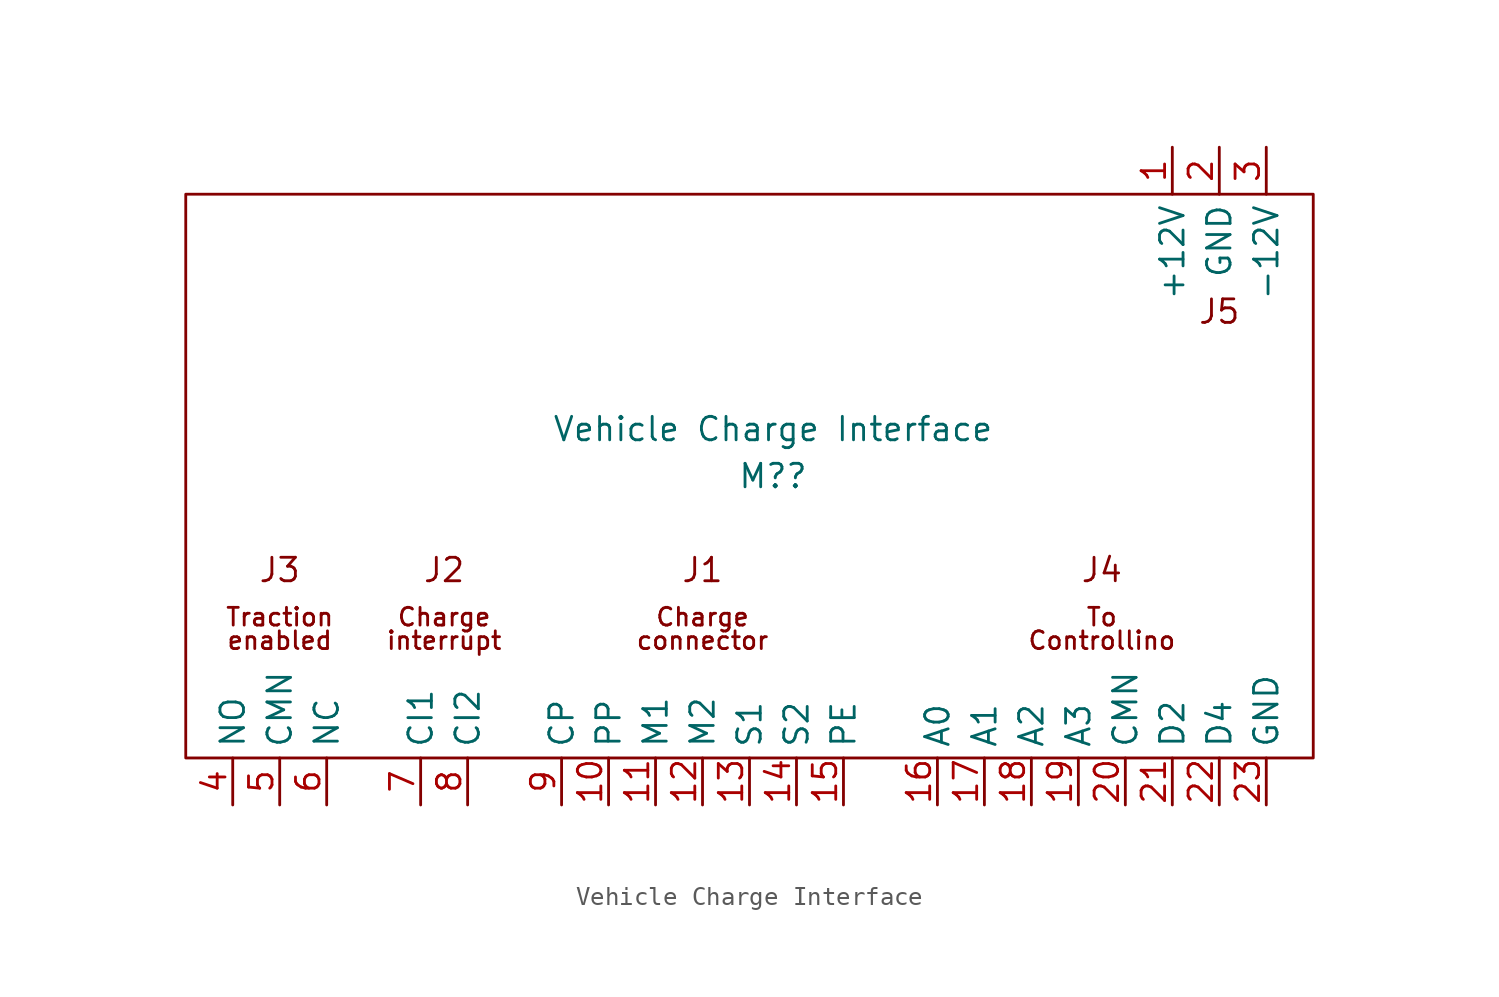
<source format=kicad_sym>
(kicad_symbol_lib
  (version 20211014)
  (generator kicad_symbol_editor)
  (symbol "Vehicle Charge Interface"
    (property "Reference" "M?"
      (at 0 -1.27 0)
      (effects (font (size 1.27 1.27))))
    (property "Value" "Vehicle Charge Interface"
      (at 0 1.27 0)
      (effects (font (size 1.27 1.27))))
    (symbol "Vehicle Charge Interface_0_0"
      (text "Charge" (at -17.78 -8.89 0) (effects (font (size 0.96 0.96))))
      (text "Charge" (at -3.81 -8.89 0) (effects (font (size 0.96 0.96))))
      (text "connector" (at -3.81 -10.16 0) (effects (font (size 0.96 0.96))))
      (text "Controllino" (at 17.78 -10.16 0) (effects (font (size 0.96 0.96))))
      (text "enabled" (at -26.67 -10.16 0) (effects (font (size 0.96 0.96))))
      (text "interrupt" (at -17.78 -10.16 0) (effects (font (size 0.96 0.96))))
      (text "J1" (at -3.81 -6.35 0) (effects (font (size 1.27 1.27))))
      (text "J2" (at -17.78 -6.35 0) (effects (font (size 1.27 1.27))))
      (text "J3" (at -26.67 -6.35 0) (effects (font (size 1.27 1.27))))
      (text "J4" (at 17.78 -6.35 0) (effects (font (size 1.27 1.27))))
      (text "J5" (at 24.13 7.62 0) (effects (font (size 1.27 1.27))))
      (text "To" (at 17.78 -8.89 0) (effects (font (size 0.96 0.96))))
      (text "Traction" (at -26.67 -8.89 0) (effects (font (size 0.96 0.96)))))
    (symbol "Vehicle Charge Interface_0_1"
      (rectangle (start -31.75 13.97) (end 29.21 -16.51) (stroke (width 0) (type default) (color 0 0 0 0)) (fill (type none))))
    (symbol "Vehicle Charge Interface_1_1"
      (pin power_in line (at 21.59 16.51 270) (length 2.54) (name "+12V" (effects (font (size 1.27 1.27)))) (number "1" (effects (font (size 1.27 1.27)))))
      (pin input line (at -8.89 -19.05 90) (length 2.54) (name "PP" (effects (font (size 1.27 1.27)))) (number "10" (effects (font (size 1.27 1.27)))))
      (pin output line (at -6.35 -19.05 90) (length 2.54) (name "M1" (effects (font (size 1.27 1.27)))) (number "11" (effects (font (size 1.27 1.27)))))
      (pin output line (at -3.81 -19.05 90) (length 2.54) (name "M2" (effects (font (size 1.27 1.27)))) (number "12" (effects (font (size 1.27 1.27)))))
      (pin input line (at -1.27 -19.05 90) (length 2.54) (name "S1" (effects (font (size 1.27 1.27)))) (number "13" (effects (font (size 1.27 1.27)))))
      (pin input line (at 1.27 -19.05 90) (length 2.54) (name "S2" (effects (font (size 1.27 1.27)))) (number "14" (effects (font (size 1.27 1.27)))))
      (pin input line (at 3.81 -19.05 90) (length 2.54) (name "PE" (effects (font (size 1.27 1.27)))) (number "15" (effects (font (size 1.27 1.27)))))
      (pin output line (at 8.89 -19.05 90) (length 2.54) (name "A0" (effects (font (size 1.27 1.27)))) (number "16" (effects (font (size 1.27 1.27)))))
      (pin output line (at 11.43 -19.05 90) (length 2.54) (name "A1" (effects (font (size 1.27 1.27)))) (number "17" (effects (font (size 1.27 1.27)))))
      (pin output line (at 13.97 -19.05 90) (length 2.54) (name "A2" (effects (font (size 1.27 1.27)))) (number "18" (effects (font (size 1.27 1.27)))))
      (pin output line (at 16.51 -19.05 90) (length 2.54) (name "A3" (effects (font (size 1.27 1.27)))) (number "19" (effects (font (size 1.27 1.27)))))
      (pin power_in line (at 24.13 16.51 270) (length 2.54) (name "GND" (effects (font (size 1.27 1.27)))) (number "2" (effects (font (size 1.27 1.27)))))
      (pin output line (at 19.05 -19.05 90) (length 2.54) (name "CMN" (effects (font (size 1.27 1.27)))) (number "20" (effects (font (size 1.27 1.27)))))
      (pin output line (at 21.59 -19.05 90) (length 2.54) (name "D2" (effects (font (size 1.27 1.27)))) (number "21" (effects (font (size 1.27 1.27)))))
      (pin output line (at 24.13 -19.05 90) (length 2.54) (name "D4" (effects (font (size 1.27 1.27)))) (number "22" (effects (font (size 1.27 1.27)))))
      (pin output line (at 26.67 -19.05 90) (length 2.54) (name "GND" (effects (font (size 1.27 1.27)))) (number "23" (effects (font (size 1.27 1.27)))))
      (pin power_in line (at 26.67 16.51 270) (length 2.54) (name "-12V" (effects (font (size 1.27 1.27)))) (number "3" (effects (font (size 1.27 1.27)))))
      (pin output line (at -29.21 -19.05 90) (length 2.54) (name "NO" (effects (font (size 1.27 1.27)))) (number "4" (effects (font (size 1.27 1.27)))))
      (pin output line (at -26.67 -19.05 90) (length 2.54) (name "CMN" (effects (font (size 1.27 1.27)))) (number "5" (effects (font (size 1.27 1.27)))))
      (pin output line (at -24.13 -19.05 90) (length 2.54) (name "NC" (effects (font (size 1.27 1.27)))) (number "6" (effects (font (size 1.27 1.27)))))
      (pin input line (at -19.05 -19.05 90) (length 2.54) (name "CI1" (effects (font (size 1.27 1.27)))) (number "7" (effects (font (size 1.27 1.27)))))
      (pin input line (at -16.51 -19.05 90) (length 2.54) (name "CI2" (effects (font (size 1.27 1.27)))) (number "8" (effects (font (size 1.27 1.27)))))
      (pin input line (at -11.43 -19.05 90) (length 2.54) (name "CP" (effects (font (size 1.27 1.27)))) (number "9" (effects (font (size 1.27 1.27))))))))
</source>
